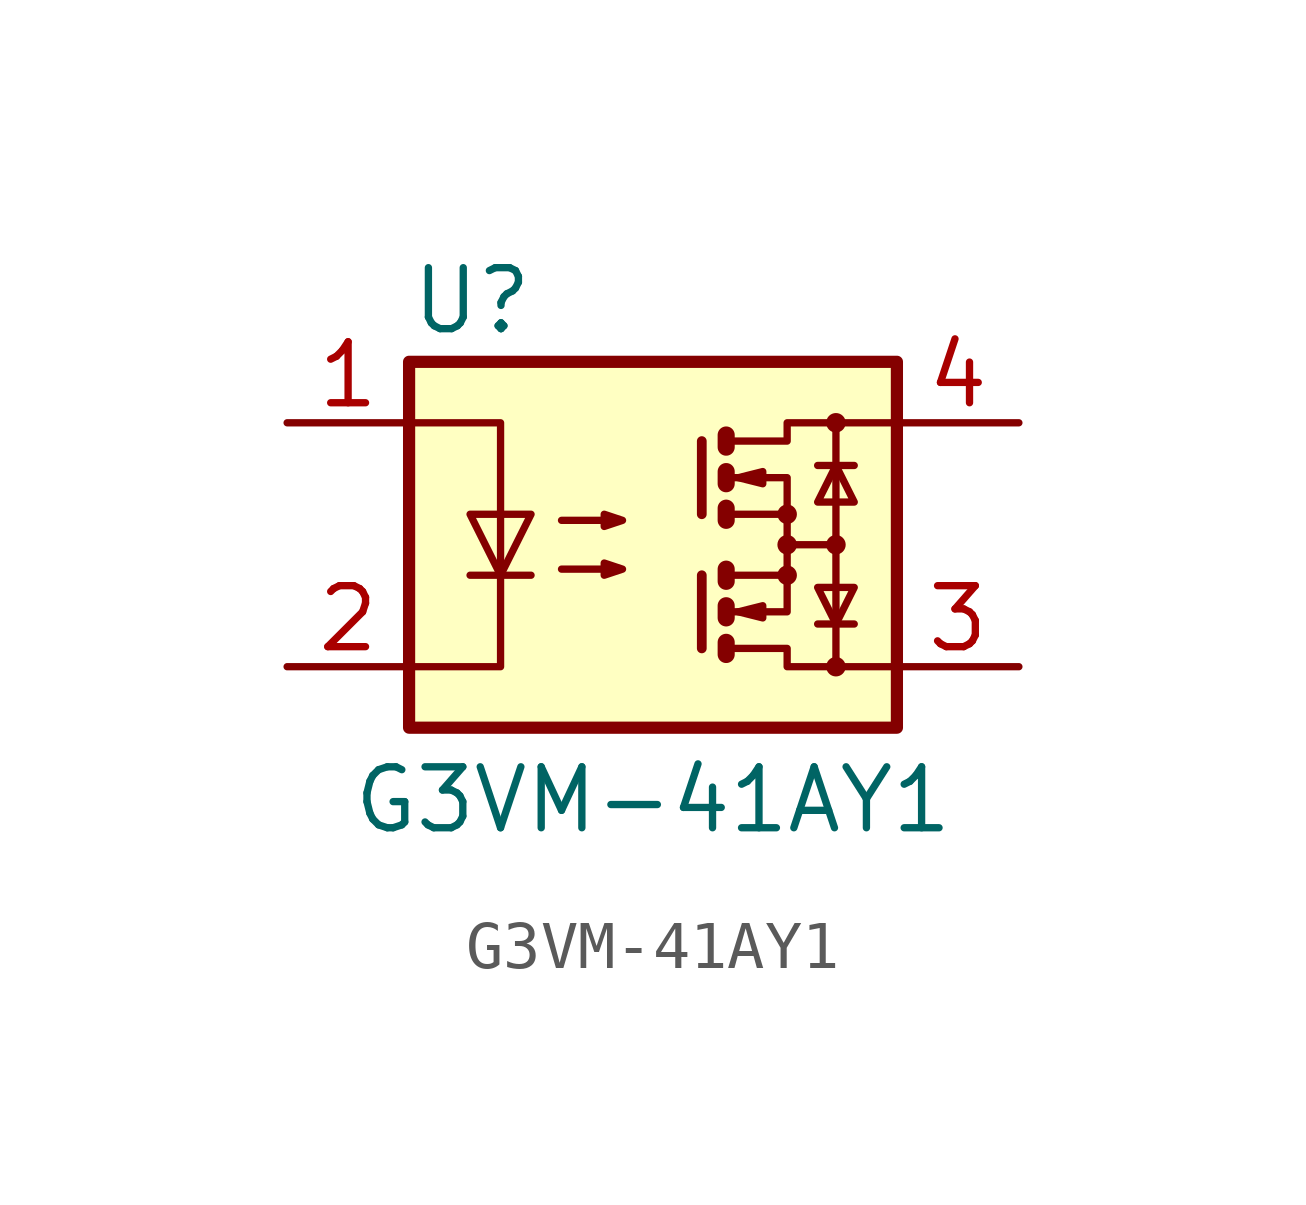
<source format=kicad_sym>
(kicad_symbol_lib
  (version 20241209)
  (generator "kicad_symbol_editor")
  (generator_version "9.0")
  (symbol "G3VM-41AY1"
    (property "Reference" "U"
      (at -5.08 5.08 0)
      (effects (font (size 1.27 1.27)) (justify left)))
    (property "Value" "G3VM-41AY1"
      (at 0 -4.572 0)
      (effects (font (size 1.27 1.27)) (justify top)))
    (symbol "G3VM-41AY1_0_1"
      (rectangle (start -5.08 3.81) (end 5.08 -3.81) (stroke (width 0.254) (type default)) (fill (type background)))
      (polyline (pts (xy -5.08 2.54) (xy -3.175 2.54) (xy -3.175 -2.54) (xy -5.08 -2.54)) (stroke (width 0) (type default)) (fill (type none)))
      (polyline (pts (xy -3.81 -0.635) (xy -2.54 -0.635)) (stroke (width 0) (type default)) (fill (type none)))
      (polyline (pts (xy -3.175 -0.635) (xy -3.81 0.635) (xy -2.54 0.635) (xy -3.175 -0.635)) (stroke (width 0) (type default)) (fill (type none)))
      (polyline (pts (xy -1.905 0.508) (xy -0.635 0.508) (xy -1.016 0.381) (xy -1.016 0.635) (xy -0.635 0.508)) (stroke (width 0) (type default)) (fill (type none)))
      (polyline (pts (xy -1.905 -0.508) (xy -0.635 -0.508) (xy -1.016 -0.635) (xy -1.016 -0.381) (xy -0.635 -0.508)) (stroke (width 0) (type default)) (fill (type none)))
      (polyline (pts (xy 1.016 2.159) (xy 1.016 0.635)) (stroke (width 0.203) (type default)) (fill (type none)))
      (polyline (pts (xy 1.016 -0.635) (xy 1.016 -2.159)) (stroke (width 0.203) (type default)) (fill (type none)))
      (polyline (pts (xy 1.524 2.286) (xy 1.524 2.032) (xy 1.524 2.032)) (stroke (width 0.356) (type default)) (fill (type none)))
      (polyline (pts (xy 1.524 1.524) (xy 1.524 1.27) (xy 1.524 1.27)) (stroke (width 0.356) (type default)) (fill (type none)))
      (polyline (pts (xy 1.524 0.762) (xy 1.524 0.508) (xy 1.524 0.508)) (stroke (width 0.356) (type default)) (fill (type none)))
      (polyline (pts (xy 1.524 -0.508) (xy 1.524 -0.762)) (stroke (width 0.356) (type default)) (fill (type none)))
      (polyline (pts (xy 1.524 -1.27) (xy 1.524 -1.524) (xy 1.524 -1.524)) (stroke (width 0.356) (type default)) (fill (type none)))
      (polyline (pts (xy 1.524 -2.032) (xy 1.524 -2.286) (xy 1.524 -2.286)) (stroke (width 0.356) (type default)) (fill (type none)))
      (polyline (pts (xy 1.651 2.159) (xy 2.794 2.159) (xy 2.794 2.54) (xy 5.08 2.54)) (stroke (width 0) (type default)) (fill (type none)))
      (polyline (pts (xy 1.651 1.397) (xy 2.794 1.397) (xy 2.794 0.635)) (stroke (width 0) (type default)) (fill (type none)))
      (polyline (pts (xy 1.651 -0.635) (xy 2.794 -0.635) (xy 2.794 0.635) (xy 1.651 0.635)) (stroke (width 0) (type default)) (fill (type none)))
      (polyline (pts (xy 1.651 -1.397) (xy 2.794 -1.397) (xy 2.794 -0.635)) (stroke (width 0) (type default)) (fill (type none)))
      (polyline (pts (xy 1.651 -2.159) (xy 2.794 -2.159) (xy 2.794 -2.54) (xy 5.08 -2.54)) (stroke (width 0) (type default)) (fill (type none)))
      (polyline (pts (xy 1.778 1.397) (xy 2.286 1.524) (xy 2.286 1.27) (xy 1.778 1.397)) (stroke (width 0) (type default)) (fill (type none)))
      (polyline (pts (xy 1.778 -1.397) (xy 2.286 -1.27) (xy 2.286 -1.524) (xy 1.778 -1.397)) (stroke (width 0) (type default)) (fill (type none)))
      (circle (center 2.794 0.635) (radius 0.127) (stroke (width 0) (type default)) (fill (type none)))
      (polyline (pts (xy 2.794 0) (xy 3.81 0)) (stroke (width 0) (type default)) (fill (type none)))
      (circle (center 2.794 0) (radius 0.127) (stroke (width 0) (type default)) (fill (type none)))
      (circle (center 2.794 -0.635) (radius 0.127) (stroke (width 0) (type default)) (fill (type none)))
      (polyline (pts (xy 3.429 1.651) (xy 4.191 1.651)) (stroke (width 0) (type default)) (fill (type none)))
      (polyline (pts (xy 3.429 -1.651) (xy 4.191 -1.651)) (stroke (width 0) (type default)) (fill (type none)))
      (circle (center 3.81 2.54) (radius 0.127) (stroke (width 0) (type default)) (fill (type none)))
      (polyline (pts (xy 3.81 1.651) (xy 3.429 0.889) (xy 4.191 0.889) (xy 3.81 1.651)) (stroke (width 0) (type default)) (fill (type none)))
      (circle (center 3.81 0) (radius 0.127) (stroke (width 0) (type default)) (fill (type none)))
      (polyline (pts (xy 3.81 -1.651) (xy 3.429 -0.889) (xy 4.191 -0.889) (xy 3.81 -1.651)) (stroke (width 0) (type default)) (fill (type none)))
      (polyline (pts (xy 3.81 -2.54) (xy 3.81 2.54)) (stroke (width 0) (type default)) (fill (type none)))
      (circle (center 3.81 -2.54) (radius 0.127) (stroke (width 0) (type default)) (fill (type none))))
    (symbol "G3VM-41AY1_1_1"
      (pin passive line (at -7.62 2.54 0) (length 2.54) (name "~" (effects (font (size 1.27 1.27)))) (number "1" (effects (font (size 1.27 1.27)))))
      (pin passive line (at -7.62 -2.54 0) (length 2.54) (name "~" (effects (font (size 1.27 1.27)))) (number "2" (effects (font (size 1.27 1.27)))))
      (pin passive line (at 7.62 2.54 180) (length 2.54) (name "~" (effects (font (size 1.27 1.27)))) (number "4" (effects (font (size 1.27 1.27)))))
      (pin passive line (at 7.62 -2.54 180) (length 2.54) (name "~" (effects (font (size 1.27 1.27)))) (number "3" (effects (font (size 1.27 1.27))))))))
</source>
